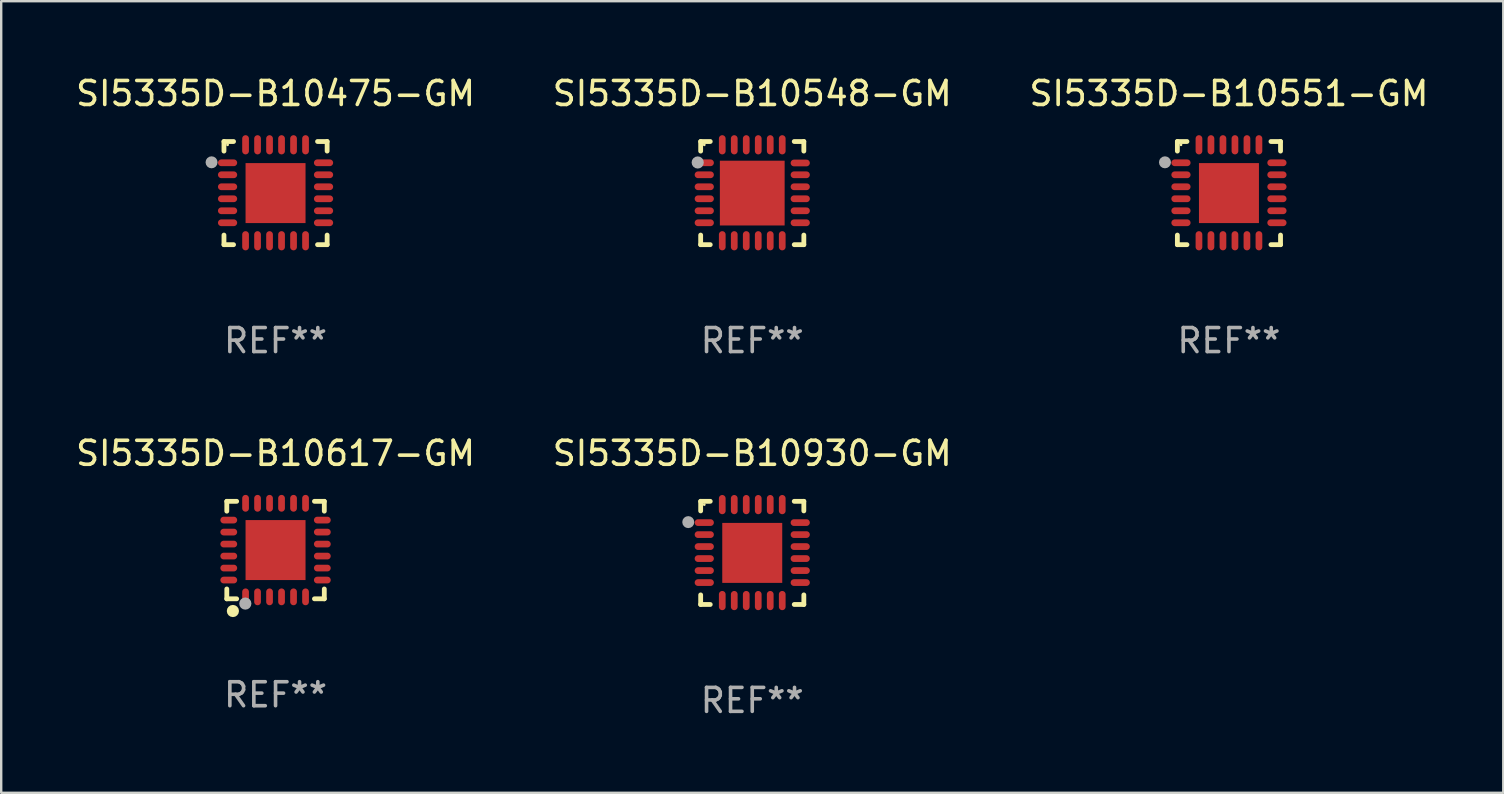
<source format=kicad_pcb>
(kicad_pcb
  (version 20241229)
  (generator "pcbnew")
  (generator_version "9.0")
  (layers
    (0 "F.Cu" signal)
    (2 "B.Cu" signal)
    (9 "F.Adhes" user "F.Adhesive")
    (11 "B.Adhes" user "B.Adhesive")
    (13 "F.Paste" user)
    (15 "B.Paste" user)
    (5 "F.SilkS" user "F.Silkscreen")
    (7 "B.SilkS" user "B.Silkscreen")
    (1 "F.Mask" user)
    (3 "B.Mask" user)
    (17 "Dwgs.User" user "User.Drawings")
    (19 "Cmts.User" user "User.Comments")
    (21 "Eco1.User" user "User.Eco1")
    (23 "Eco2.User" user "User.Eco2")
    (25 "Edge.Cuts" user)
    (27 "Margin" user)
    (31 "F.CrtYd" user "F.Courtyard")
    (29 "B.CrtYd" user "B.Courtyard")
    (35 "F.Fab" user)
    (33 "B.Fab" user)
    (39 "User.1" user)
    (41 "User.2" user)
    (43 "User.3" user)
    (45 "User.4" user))
  (footprint "SI5335D-B10551-GM"
    (layer "F.Cu")
    (at 48.173 4.998)
    (property "Reference" "SI5335D-B10551-GM" (at 0 -4.15 0) (layer "F.SilkS") (effects (font (size 1 1) (thickness 0.15))))
    (attr through_hole)
    (fp_line (start -2.15 -2.15) (end -1.75 -2.15) (stroke (width 0.2) (type solid)) (layer "F.SilkS"))
    (fp_line (start -2.15 -1.75) (end -2.15 -2.15) (stroke (width 0.2) (type solid)) (layer "F.SilkS"))
    (fp_line (start -2.15 2.15) (end -2.15 1.75) (stroke (width 0.2) (type solid)) (layer "F.SilkS"))
    (fp_line (start -1.75 2.15) (end -2.15 2.15) (stroke (width 0.2) (type solid)) (layer "F.SilkS"))
    (fp_line (start 1.75 -2.15) (end 2.15 -2.15) (stroke (width 0.2) (type solid)) (layer "F.SilkS"))
    (fp_line (start 1.75 2.15) (end 2.15 2.15) (stroke (width 0.2) (type solid)) (layer "F.SilkS"))
    (fp_line (start 2.15 -2.15) (end 2.15 -1.75) (stroke (width 0.2) (type solid)) (layer "F.SilkS"))
    (fp_line (start 2.15 2.15) (end 2.15 1.75) (stroke (width 0.2) (type solid)) (layer "F.SilkS"))
    (fp_circle (center -2 -2.013) (end -1.97 -2.013) (stroke (width 0.06) (type solid)) (fill no) (layer "F.SilkS"))
    (fp_circle (center -2.667 -1.283) (end -2.542 -1.283) (stroke (width 0.25) (type solid)) (fill no) (layer "F.Fab"))
    (fp_text user "REF**" (at 0 6.15 0) (layer "F.Fab") (effects (font (size 1 1) (thickness 0.15))))
    (pad "1" smd oval (at -2 -1.263) (size 0.8 0.28) (layers "F.Cu" "F.Mask" "F.Paste"))
    (pad "2" smd oval (at -2 -0.763) (size 0.8 0.28) (layers "F.Cu" "F.Mask" "F.Paste"))
    (pad "3" smd oval (at -2 -0.263) (size 0.8 0.28) (layers "F.Cu" "F.Mask" "F.Paste"))
    (pad "4" smd oval (at -2 0.237) (size 0.8 0.28) (layers "F.Cu" "F.Mask" "F.Paste"))
    (pad "5" smd oval (at -2 0.737) (size 0.8 0.28) (layers "F.Cu" "F.Mask" "F.Paste"))
    (pad "6" smd oval (at -2 1.237) (size 0.8 0.28) (layers "F.Cu" "F.Mask" "F.Paste"))
    (pad "7" smd oval (at -1.25 1.987) (size 0.28 0.8) (layers "F.Cu" "F.Mask" "F.Paste"))
    (pad "8" smd oval (at -0.75 1.987) (size 0.28 0.8) (layers "F.Cu" "F.Mask" "F.Paste"))
    (pad "9" smd oval (at -0.25 1.987) (size 0.28 0.8) (layers "F.Cu" "F.Mask" "F.Paste"))
    (pad "10" smd oval (at 0.25 1.987) (size 0.28 0.8) (layers "F.Cu" "F.Mask" "F.Paste"))
    (pad "11" smd oval (at 0.75 1.987) (size 0.28 0.8) (layers "F.Cu" "F.Mask" "F.Paste"))
    (pad "12" smd oval (at 1.25 1.987) (size 0.28 0.8) (layers "F.Cu" "F.Mask" "F.Paste"))
    (pad "13" smd oval (at 2 1.237) (size 0.8 0.28) (layers "F.Cu" "F.Mask" "F.Paste"))
    (pad "14" smd oval (at 2 0.737) (size 0.8 0.28) (layers "F.Cu" "F.Mask" "F.Paste"))
    (pad "15" smd oval (at 2 0.237) (size 0.8 0.28) (layers "F.Cu" "F.Mask" "F.Paste"))
    (pad "16" smd oval (at 2 -0.263) (size 0.8 0.28) (layers "F.Cu" "F.Mask" "F.Paste"))
    (pad "17" smd oval (at 2 -0.763) (size 0.8 0.28) (layers "F.Cu" "F.Mask" "F.Paste"))
    (pad "18" smd oval (at 2 -1.263) (size 0.8 0.28) (layers "F.Cu" "F.Mask" "F.Paste"))
    (pad "19" smd oval (at 1.25 -2.013) (size 0.28 0.8) (layers "F.Cu" "F.Mask" "F.Paste"))
    (pad "20" smd oval (at 0.75 -2.013) (size 0.28 0.8) (layers "F.Cu" "F.Mask" "F.Paste"))
    (pad "21" smd oval (at 0.25 -2.013) (size 0.28 0.8) (layers "F.Cu" "F.Mask" "F.Paste"))
    (pad "22" smd oval (at -0.25 -2.013) (size 0.28 0.8) (layers "F.Cu" "F.Mask" "F.Paste"))
    (pad "23" smd oval (at -0.75 -2.013) (size 0.28 0.8) (layers "F.Cu" "F.Mask" "F.Paste"))
    (pad "24" smd oval (at -1.25 -2.013) (size 0.28 0.8) (layers "F.Cu" "F.Mask" "F.Paste"))
    (pad "25" smd rect (at -0.000127 -0.00014) (size 2.5 2.5) (layers "F.Cu" "F.Mask" "F.Paste")))
  (footprint "SI5335D-B10548-GM"
    (layer "F.Cu")
    (at 28.304 4.998)
    (property "Reference" "SI5335D-B10548-GM" (at 0 -4.15 0) (layer "F.SilkS") (effects (font (size 1 1) (thickness 0.15))))
    (attr through_hole)
    (fp_line (start -2.15 -2.15) (end -1.75 -2.15) (stroke (width 0.2) (type solid)) (layer "F.SilkS"))
    (fp_line (start -2.15 -1.75) (end -2.15 -2.15) (stroke (width 0.2) (type solid)) (layer "F.SilkS"))
    (fp_line (start -2.15 2.15) (end -2.15 1.75) (stroke (width 0.2) (type solid)) (layer "F.SilkS"))
    (fp_line (start -1.75 2.15) (end -2.15 2.15) (stroke (width 0.2) (type solid)) (layer "F.SilkS"))
    (fp_line (start 1.75 -2.15) (end 2.15 -2.15) (stroke (width 0.2) (type solid)) (layer "F.SilkS"))
    (fp_line (start 1.75 2.15) (end 2.15 2.15) (stroke (width 0.2) (type solid)) (layer "F.SilkS"))
    (fp_line (start 2.15 -2.15) (end 2.15 -1.75) (stroke (width 0.2) (type solid)) (layer "F.SilkS"))
    (fp_line (start 2.15 2.15) (end 2.15 1.75) (stroke (width 0.2) (type solid)) (layer "F.SilkS"))
    (fp_circle (center -2 -2.013) (end -1.97 -2.013) (stroke (width 0.06) (type solid)) (fill no) (layer "F.SilkS"))
    (fp_circle (center -2.273 -1.276) (end -2.146 -1.276) (stroke (width 0.254) (type solid)) (fill no) (layer "F.Fab"))
    (fp_text user "REF**" (at 0 6.15 0) (layer "F.Fab") (effects (font (size 1 1) (thickness 0.15))))
    (pad "1" smd oval (at -2 -1.263 90) (size 0.28 0.8) (layers "F.Cu" "F.Mask" "F.Paste"))
    (pad "2" smd oval (at -2 -0.763 90) (size 0.28 0.8) (layers "F.Cu" "F.Mask" "F.Paste"))
    (pad "3" smd oval (at -2 -0.263 90) (size 0.28 0.8) (layers "F.Cu" "F.Mask" "F.Paste"))
    (pad "4" smd oval (at -2 0.237 90) (size 0.28 0.8) (layers "F.Cu" "F.Mask" "F.Paste"))
    (pad "5" smd oval (at -2 0.737 90) (size 0.28 0.8) (layers "F.Cu" "F.Mask" "F.Paste"))
    (pad "6" smd oval (at -2 1.237 90) (size 0.28 0.8) (layers "F.Cu" "F.Mask" "F.Paste"))
    (pad "7" smd oval (at -1.25 1.987) (size 0.28 0.8) (layers "F.Cu" "F.Mask" "F.Paste"))
    (pad "8" smd oval (at -0.75 1.987) (size 0.28 0.8) (layers "F.Cu" "F.Mask" "F.Paste"))
    (pad "9" smd oval (at -0.25 1.987) (size 0.28 0.8) (layers "F.Cu" "F.Mask" "F.Paste"))
    (pad "10" smd oval (at 0.25 1.987) (size 0.28 0.8) (layers "F.Cu" "F.Mask" "F.Paste"))
    (pad "11" smd oval (at 0.75 1.987) (size 0.28 0.8) (layers "F.Cu" "F.Mask" "F.Paste"))
    (pad "12" smd oval (at 1.25 1.987) (size 0.28 0.8) (layers "F.Cu" "F.Mask" "F.Paste"))
    (pad "13" smd oval (at 2 1.237 90) (size 0.28 0.8) (layers "F.Cu" "F.Mask" "F.Paste"))
    (pad "14" smd oval (at 2 0.737 90) (size 0.28 0.8) (layers "F.Cu" "F.Mask" "F.Paste"))
    (pad "15" smd oval (at 2 0.237 90) (size 0.28 0.8) (layers "F.Cu" "F.Mask" "F.Paste"))
    (pad "16" smd oval (at 2 -0.263 90) (size 0.28 0.8) (layers "F.Cu" "F.Mask" "F.Paste"))
    (pad "17" smd oval (at 2 -0.763 90) (size 0.28 0.8) (layers "F.Cu" "F.Mask" "F.Paste"))
    (pad "18" smd oval (at 2 -1.255 90) (size 0.28 0.8) (layers "F.Cu" "F.Mask" "F.Paste"))
    (pad "19" smd oval (at 1.25 -2.013) (size 0.28 0.8) (layers "F.Cu" "F.Mask" "F.Paste"))
    (pad "20" smd oval (at 0.75 -2.013) (size 0.28 0.8) (layers "F.Cu" "F.Mask" "F.Paste"))
    (pad "21" smd oval (at 0.25 -2.013) (size 0.28 0.8) (layers "F.Cu" "F.Mask" "F.Paste"))
    (pad "22" smd oval (at -0.25 -2.013) (size 0.28 0.8) (layers "F.Cu" "F.Mask" "F.Paste"))
    (pad "23" smd oval (at -0.75 -2.013) (size 0.28 0.8) (layers "F.Cu" "F.Mask" "F.Paste"))
    (pad "24" smd oval (at -1.25 -2.013) (size 0.28 0.8) (layers "F.Cu" "F.Mask" "F.Paste"))
    (pad "25" smd rect (at -0.000127 -0.00014) (size 2.7 2.7) (layers "F.Cu" "F.Mask" "F.Paste")))
  (footprint "SI5335D-B10617-GM"
    (layer "F.Cu")
    (at 8.435 19.877)
    (property "Reference" "SI5335D-B10617-GM" (at 0 -4.032 0) (layer "F.SilkS") (effects (font (size 1 1) (thickness 0.15))))
    (attr through_hole)
    (fp_line (start -2.032 -2.032) (end -1.621 -2.032) (stroke (width 0.2) (type solid)) (layer "F.SilkS"))
    (fp_line (start -2.032 -1.621) (end -2.032 -2.032) (stroke (width 0.2) (type solid)) (layer "F.SilkS"))
    (fp_line (start -2.032 2.032) (end -2.032 1.621) (stroke (width 0.2) (type solid)) (layer "F.SilkS"))
    (fp_line (start -1.621 2.032) (end -2.032 2.032) (stroke (width 0.2) (type solid)) (layer "F.SilkS"))
    (fp_line (start 1.621 -2.032) (end 2.032 -2.032) (stroke (width 0.2) (type solid)) (layer "F.SilkS"))
    (fp_line (start 2.032 -2.032) (end 2.032 -1.621) (stroke (width 0.2) (type solid)) (layer "F.SilkS"))
    (fp_line (start 2.032 1.621) (end 2.032 2.032) (stroke (width 0.2) (type solid)) (layer "F.SilkS"))
    (fp_line (start 2.032 2.032) (end 1.621 2.032) (stroke (width 0.2) (type solid)) (layer "F.SilkS"))
    (fp_circle (center -2 2) (end -1.97 2) (stroke (width 0.06) (type solid)) (fill no) (layer "F.SilkS"))
    (fp_circle (center -1.778 2.54) (end -1.651 2.54) (stroke (width 0.254) (type solid)) (fill no) (layer "F.SilkS"))
    (fp_circle (center -1.26 2.23) (end -1.133 2.23) (stroke (width 0.254) (type solid)) (fill no) (layer "F.Fab"))
    (fp_text user "REF**" (at 0 6.032 0) (layer "F.Fab") (effects (font (size 1 1) (thickness 0.15))))
    (pad "1" smd oval (at -1.25 1.95 180) (size 0.28 0.7) (layers "F.Cu" "F.Mask" "F.Paste"))
    (pad "2" smd oval (at -0.75 1.95 180) (size 0.28 0.7) (layers "F.Cu" "F.Mask" "F.Paste"))
    (pad "3" smd oval (at -0.25 1.95 180) (size 0.28 0.7) (layers "F.Cu" "F.Mask" "F.Paste"))
    (pad "4" smd oval (at 0.25 1.95 180) (size 0.28 0.7) (layers "F.Cu" "F.Mask" "F.Paste"))
    (pad "5" smd oval (at 0.75 1.95 180) (size 0.28 0.7) (layers "F.Cu" "F.Mask" "F.Paste"))
    (pad "6" smd oval (at 1.25 1.95 180) (size 0.28 0.7) (layers "F.Cu" "F.Mask" "F.Paste"))
    (pad "7" smd oval (at 1.95 1.25 270) (size 0.28 0.7) (layers "F.Cu" "F.Mask" "F.Paste"))
    (pad "8" smd oval (at 1.95 0.75 270) (size 0.28 0.7) (layers "F.Cu" "F.Mask" "F.Paste"))
    (pad "9" smd oval (at 1.95 0.25 270) (size 0.28 0.7) (layers "F.Cu" "F.Mask" "F.Paste"))
    (pad "10" smd oval (at 1.95 -0.25 270) (size 0.28 0.7) (layers "F.Cu" "F.Mask" "F.Paste"))
    (pad "11" smd oval (at 1.95 -0.75 270) (size 0.28 0.7) (layers "F.Cu" "F.Mask" "F.Paste"))
    (pad "12" smd oval (at 1.95 -1.25 270) (size 0.28 0.7) (layers "F.Cu" "F.Mask" "F.Paste"))
    (pad "13" smd oval (at 1.25 -1.95) (size 0.28 0.7) (layers "F.Cu" "F.Mask" "F.Paste"))
    (pad "14" smd oval (at 0.75 -1.95) (size 0.28 0.7) (layers "F.Cu" "F.Mask" "F.Paste"))
    (pad "15" smd oval (at 0.25 -1.95) (size 0.28 0.7) (layers "F.Cu" "F.Mask" "F.Paste"))
    (pad "16" smd oval (at -0.25 -1.95) (size 0.28 0.7) (layers "F.Cu" "F.Mask" "F.Paste"))
    (pad "17" smd oval (at -0.75 -1.95) (size 0.28 0.7) (layers "F.Cu" "F.Mask" "F.Paste"))
    (pad "18" smd oval (at -1.25 -1.95) (size 0.28 0.7) (layers "F.Cu" "F.Mask" "F.Paste"))
    (pad "19" smd oval (at -1.95 -1.25 90) (size 0.28 0.7) (layers "F.Cu" "F.Mask" "F.Paste"))
    (pad "20" smd oval (at -1.95 -0.75 90) (size 0.28 0.7) (layers "F.Cu" "F.Mask" "F.Paste"))
    (pad "21" smd oval (at -1.95 -0.25 90) (size 0.28 0.7) (layers "F.Cu" "F.Mask" "F.Paste"))
    (pad "22" smd oval (at -1.95 0.25 90) (size 0.28 0.7) (layers "F.Cu" "F.Mask" "F.Paste"))
    (pad "23" smd oval (at -1.95 0.75 90) (size 0.28 0.7) (layers "F.Cu" "F.Mask" "F.Paste"))
    (pad "24" smd oval (at -1.95 1.25 90) (size 0.28 0.7) (layers "F.Cu" "F.Mask" "F.Paste"))
    (pad "25" smd rect (at -0.000178 0.000025 90) (size 2.5 2.5) (layers "F.Cu" "F.Mask" "F.Paste")))
  (footprint "SI5335D-B10475-GM"
    (layer "F.Cu")
    (at 8.435 4.998)
    (property "Reference" "SI5335D-B10475-GM" (at 0 -4.15 0) (layer "F.SilkS") (effects (font (size 1 1) (thickness 0.15))))
    (attr through_hole)
    (fp_line (start -2.15 -2.15) (end -1.75 -2.15) (stroke (width 0.2) (type solid)) (layer "F.SilkS"))
    (fp_line (start -2.15 -1.75) (end -2.15 -2.15) (stroke (width 0.2) (type solid)) (layer "F.SilkS"))
    (fp_line (start -2.15 2.15) (end -2.15 1.75) (stroke (width 0.2) (type solid)) (layer "F.SilkS"))
    (fp_line (start -1.75 2.15) (end -2.15 2.15) (stroke (width 0.2) (type solid)) (layer "F.SilkS"))
    (fp_line (start 1.75 -2.15) (end 2.15 -2.15) (stroke (width 0.2) (type solid)) (layer "F.SilkS"))
    (fp_line (start 1.75 2.15) (end 2.15 2.15) (stroke (width 0.2) (type solid)) (layer "F.SilkS"))
    (fp_line (start 2.15 -2.15) (end 2.15 -1.75) (stroke (width 0.2) (type solid)) (layer "F.SilkS"))
    (fp_line (start 2.15 2.15) (end 2.15 1.75) (stroke (width 0.2) (type solid)) (layer "F.SilkS"))
    (fp_circle (center -2 -2.013) (end -1.97 -2.013) (stroke (width 0.06) (type solid)) (fill no) (layer "F.SilkS"))
    (fp_circle (center -2.667 -1.283) (end -2.542 -1.283) (stroke (width 0.25) (type solid)) (fill no) (layer "F.Fab"))
    (fp_text user "REF**" (at 0 6.15 0) (layer "F.Fab") (effects (font (size 1 1) (thickness 0.15))))
    (pad "1" smd oval (at -2 -1.263) (size 0.8 0.28) (layers "F.Cu" "F.Mask" "F.Paste"))
    (pad "2" smd oval (at -2 -0.763) (size 0.8 0.28) (layers "F.Cu" "F.Mask" "F.Paste"))
    (pad "3" smd oval (at -2 -0.263) (size 0.8 0.28) (layers "F.Cu" "F.Mask" "F.Paste"))
    (pad "4" smd oval (at -2 0.237) (size 0.8 0.28) (layers "F.Cu" "F.Mask" "F.Paste"))
    (pad "5" smd oval (at -2 0.737) (size 0.8 0.28) (layers "F.Cu" "F.Mask" "F.Paste"))
    (pad "6" smd oval (at -2 1.237) (size 0.8 0.28) (layers "F.Cu" "F.Mask" "F.Paste"))
    (pad "7" smd oval (at -1.25 1.987) (size 0.28 0.8) (layers "F.Cu" "F.Mask" "F.Paste"))
    (pad "8" smd oval (at -0.75 1.987) (size 0.28 0.8) (layers "F.Cu" "F.Mask" "F.Paste"))
    (pad "9" smd oval (at -0.25 1.987) (size 0.28 0.8) (layers "F.Cu" "F.Mask" "F.Paste"))
    (pad "10" smd oval (at 0.25 1.987) (size 0.28 0.8) (layers "F.Cu" "F.Mask" "F.Paste"))
    (pad "11" smd oval (at 0.75 1.987) (size 0.28 0.8) (layers "F.Cu" "F.Mask" "F.Paste"))
    (pad "12" smd oval (at 1.25 1.987) (size 0.28 0.8) (layers "F.Cu" "F.Mask" "F.Paste"))
    (pad "13" smd oval (at 2 1.237) (size 0.8 0.28) (layers "F.Cu" "F.Mask" "F.Paste"))
    (pad "14" smd oval (at 2 0.737) (size 0.8 0.28) (layers "F.Cu" "F.Mask" "F.Paste"))
    (pad "15" smd oval (at 2 0.237) (size 0.8 0.28) (layers "F.Cu" "F.Mask" "F.Paste"))
    (pad "16" smd oval (at 2 -0.263) (size 0.8 0.28) (layers "F.Cu" "F.Mask" "F.Paste"))
    (pad "17" smd oval (at 2 -0.763) (size 0.8 0.28) (layers "F.Cu" "F.Mask" "F.Paste"))
    (pad "18" smd oval (at 2 -1.263) (size 0.8 0.28) (layers "F.Cu" "F.Mask" "F.Paste"))
    (pad "19" smd oval (at 1.25 -2.013) (size 0.28 0.8) (layers "F.Cu" "F.Mask" "F.Paste"))
    (pad "20" smd oval (at 0.75 -2.013) (size 0.28 0.8) (layers "F.Cu" "F.Mask" "F.Paste"))
    (pad "21" smd oval (at 0.25 -2.013) (size 0.28 0.8) (layers "F.Cu" "F.Mask" "F.Paste"))
    (pad "22" smd oval (at -0.25 -2.013) (size 0.28 0.8) (layers "F.Cu" "F.Mask" "F.Paste"))
    (pad "23" smd oval (at -0.75 -2.013) (size 0.28 0.8) (layers "F.Cu" "F.Mask" "F.Paste"))
    (pad "24" smd oval (at -1.25 -2.013) (size 0.28 0.8) (layers "F.Cu" "F.Mask" "F.Paste"))
    (pad "25" smd rect (at -0.000127 -0.00014) (size 2.5 2.5) (layers "F.Cu" "F.Mask" "F.Paste")))
  (footprint "SI5335D-B10930-GM"
    (layer "F.Cu")
    (at 28.304 19.995)
    (property "Reference" "SI5335D-B10930-GM" (at 0 -4.15 0) (layer "F.SilkS") (effects (font (size 1 1) (thickness 0.15))))
    (attr through_hole)
    (fp_line (start -2.15 -2.15) (end -1.75 -2.15) (stroke (width 0.2) (type solid)) (layer "F.SilkS"))
    (fp_line (start -2.15 -1.75) (end -2.15 -2.15) (stroke (width 0.2) (type solid)) (layer "F.SilkS"))
    (fp_line (start -2.15 2.15) (end -2.15 1.75) (stroke (width 0.2) (type solid)) (layer "F.SilkS"))
    (fp_line (start -1.75 2.15) (end -2.15 2.15) (stroke (width 0.2) (type solid)) (layer "F.SilkS"))
    (fp_line (start 1.75 -2.15) (end 2.15 -2.15) (stroke (width 0.2) (type solid)) (layer "F.SilkS"))
    (fp_line (start 1.75 2.15) (end 2.15 2.15) (stroke (width 0.2) (type solid)) (layer "F.SilkS"))
    (fp_line (start 2.15 -2.15) (end 2.15 -1.75) (stroke (width 0.2) (type solid)) (layer "F.SilkS"))
    (fp_line (start 2.15 2.15) (end 2.15 1.75) (stroke (width 0.2) (type solid)) (layer "F.SilkS"))
    (fp_circle (center -2 -2.013) (end -1.97 -2.013) (stroke (width 0.06) (type solid)) (fill no) (layer "F.SilkS"))
    (fp_circle (center -2.667 -1.283) (end -2.542 -1.283) (stroke (width 0.25) (type solid)) (fill no) (layer "F.Fab"))
    (fp_text user "REF**" (at 0 6.15 0) (layer "F.Fab") (effects (font (size 1 1) (thickness 0.15))))
    (pad "1" smd oval (at -2 -1.263) (size 0.8 0.28) (layers "F.Cu" "F.Mask" "F.Paste"))
    (pad "2" smd oval (at -2 -0.763) (size 0.8 0.28) (layers "F.Cu" "F.Mask" "F.Paste"))
    (pad "3" smd oval (at -2 -0.263) (size 0.8 0.28) (layers "F.Cu" "F.Mask" "F.Paste"))
    (pad "4" smd oval (at -2 0.237) (size 0.8 0.28) (layers "F.Cu" "F.Mask" "F.Paste"))
    (pad "5" smd oval (at -2 0.737) (size 0.8 0.28) (layers "F.Cu" "F.Mask" "F.Paste"))
    (pad "6" smd oval (at -2 1.237) (size 0.8 0.28) (layers "F.Cu" "F.Mask" "F.Paste"))
    (pad "7" smd oval (at -1.25 1.987) (size 0.28 0.8) (layers "F.Cu" "F.Mask" "F.Paste"))
    (pad "8" smd oval (at -0.75 1.987) (size 0.28 0.8) (layers "F.Cu" "F.Mask" "F.Paste"))
    (pad "9" smd oval (at -0.25 1.987) (size 0.28 0.8) (layers "F.Cu" "F.Mask" "F.Paste"))
    (pad "10" smd oval (at 0.25 1.987) (size 0.28 0.8) (layers "F.Cu" "F.Mask" "F.Paste"))
    (pad "11" smd oval (at 0.75 1.987) (size 0.28 0.8) (layers "F.Cu" "F.Mask" "F.Paste"))
    (pad "12" smd oval (at 1.25 1.987) (size 0.28 0.8) (layers "F.Cu" "F.Mask" "F.Paste"))
    (pad "13" smd oval (at 2 1.237) (size 0.8 0.28) (layers "F.Cu" "F.Mask" "F.Paste"))
    (pad "14" smd oval (at 2 0.737) (size 0.8 0.28) (layers "F.Cu" "F.Mask" "F.Paste"))
    (pad "15" smd oval (at 2 0.237) (size 0.8 0.28) (layers "F.Cu" "F.Mask" "F.Paste"))
    (pad "16" smd oval (at 2 -0.263) (size 0.8 0.28) (layers "F.Cu" "F.Mask" "F.Paste"))
    (pad "17" smd oval (at 2 -0.763) (size 0.8 0.28) (layers "F.Cu" "F.Mask" "F.Paste"))
    (pad "18" smd oval (at 2 -1.263) (size 0.8 0.28) (layers "F.Cu" "F.Mask" "F.Paste"))
    (pad "19" smd oval (at 1.25 -2.013) (size 0.28 0.8) (layers "F.Cu" "F.Mask" "F.Paste"))
    (pad "20" smd oval (at 0.75 -2.013) (size 0.28 0.8) (layers "F.Cu" "F.Mask" "F.Paste"))
    (pad "21" smd oval (at 0.25 -2.013) (size 0.28 0.8) (layers "F.Cu" "F.Mask" "F.Paste"))
    (pad "22" smd oval (at -0.25 -2.013) (size 0.28 0.8) (layers "F.Cu" "F.Mask" "F.Paste"))
    (pad "23" smd oval (at -0.75 -2.013) (size 0.28 0.8) (layers "F.Cu" "F.Mask" "F.Paste"))
    (pad "24" smd oval (at -1.25 -2.013) (size 0.28 0.8) (layers "F.Cu" "F.Mask" "F.Paste"))
    (pad "25" smd rect (at -0.000127 -0.00014) (size 2.5 2.5) (layers "F.Cu" "F.Mask" "F.Paste")))
  (gr_rect
    (start -3 -3)
    (end 59.607 29.993)
    (stroke (width 0.1) (type default))
    (fill no)
    (layer "Edge.Cuts")))
</source>
